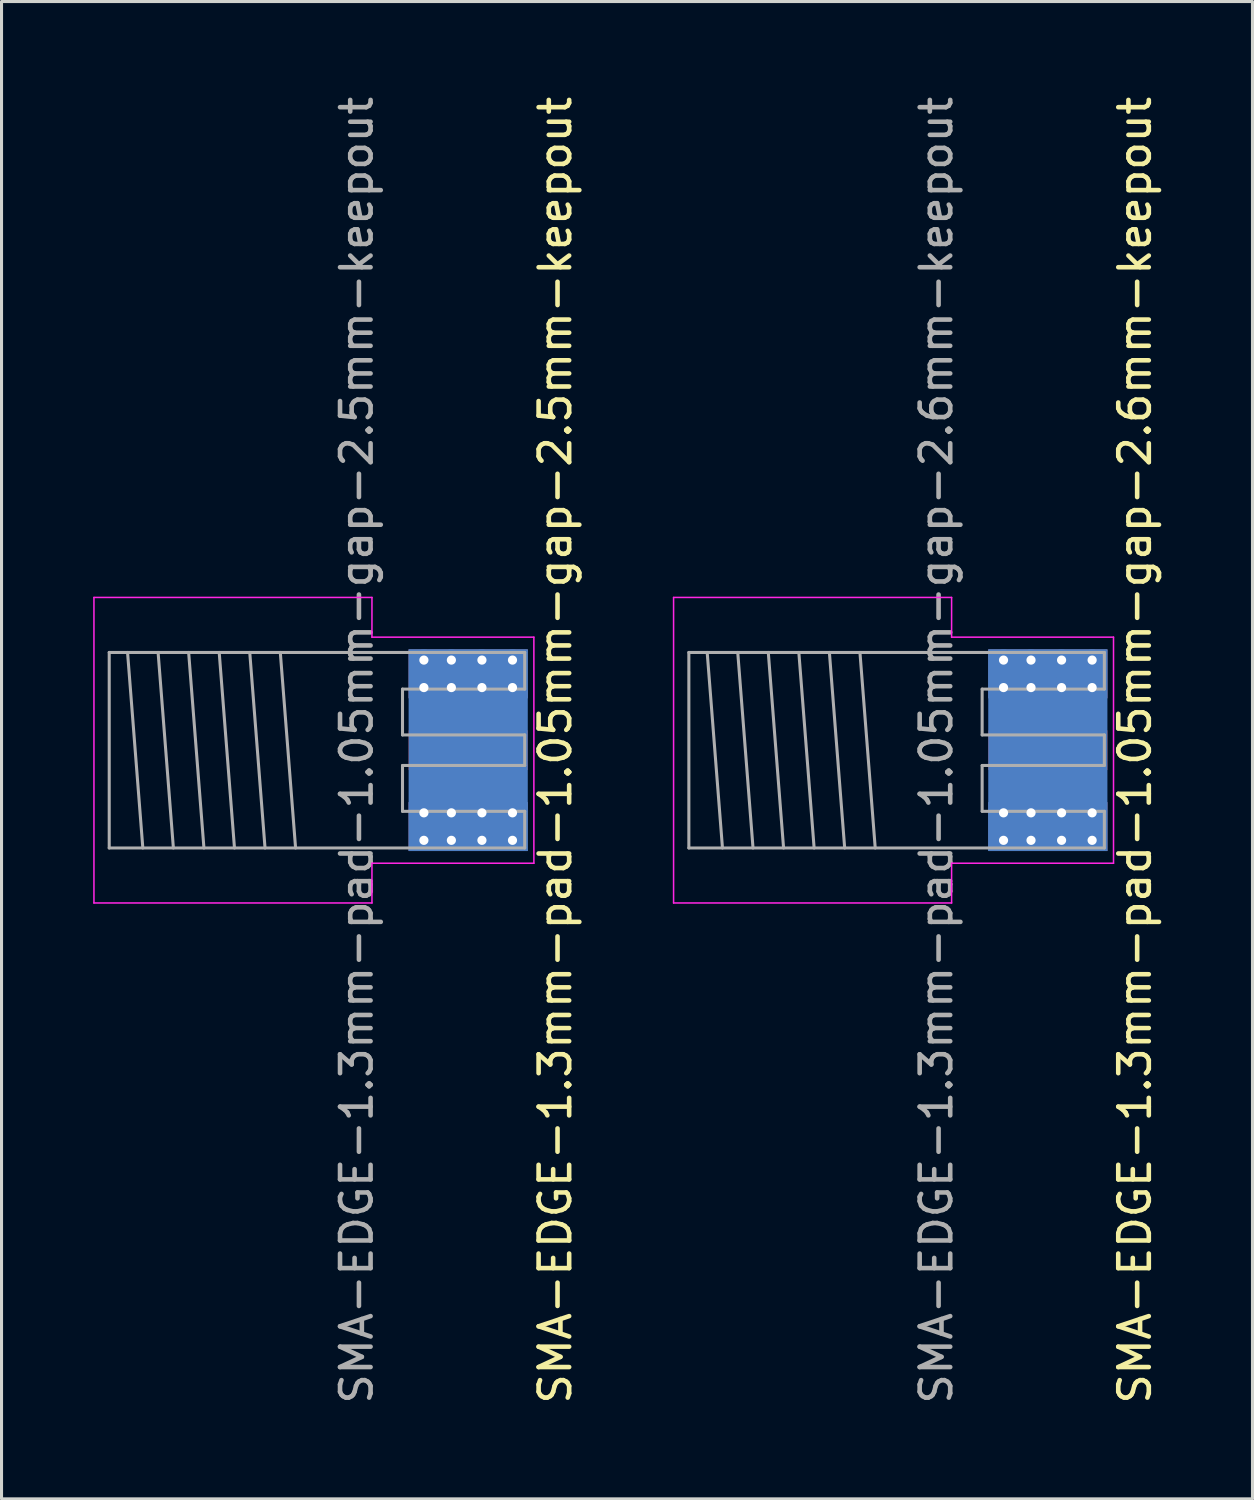
<source format=kicad_pcb>
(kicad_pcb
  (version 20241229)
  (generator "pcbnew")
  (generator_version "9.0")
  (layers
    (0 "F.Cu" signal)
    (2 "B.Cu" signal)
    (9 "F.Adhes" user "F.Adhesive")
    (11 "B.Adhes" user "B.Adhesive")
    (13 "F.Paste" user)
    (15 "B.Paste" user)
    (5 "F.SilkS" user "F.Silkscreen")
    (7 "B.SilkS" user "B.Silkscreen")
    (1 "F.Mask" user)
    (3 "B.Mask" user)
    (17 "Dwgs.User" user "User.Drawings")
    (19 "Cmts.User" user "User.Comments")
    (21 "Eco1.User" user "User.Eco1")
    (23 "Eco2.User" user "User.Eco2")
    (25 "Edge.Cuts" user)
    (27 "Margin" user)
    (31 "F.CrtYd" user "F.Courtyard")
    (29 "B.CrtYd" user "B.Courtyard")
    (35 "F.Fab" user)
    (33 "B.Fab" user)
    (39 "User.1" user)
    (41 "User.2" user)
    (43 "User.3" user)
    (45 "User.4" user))
  (footprint "SMA-EDGE-1.3mm-pad-1.05mm-gap-2.6mm-keepout"
    (layer "F.Cu")
    (at 29.098 21.506)
    (property "Reference" "SMA-EDGE-1.3mm-pad-1.05mm-gap-2.6mm-keepout" (at 5 0 90) (layer "F.SilkS") (effects (font (size 1 1) (thickness 0.15))))
    (attr through_hole)
    (fp_line (start -10.1 -5) (end -10.1 5) (stroke (width 0.05) (type solid)) (layer "F.CrtYd"))
    (fp_line (start -10.1 -5) (end -1 -5) (stroke (width 0.05) (type solid)) (layer "F.CrtYd"))
    (fp_line (start -10.1 5) (end -1 5) (stroke (width 0.05) (type solid)) (layer "F.CrtYd"))
    (fp_line (start -1 -5) (end -1 -3.7) (stroke (width 0.05) (type solid)) (layer "F.CrtYd"))
    (fp_line (start -1 3.7) (end 4.3 3.7) (stroke (width 0.05) (type solid)) (layer "F.CrtYd"))
    (fp_line (start -1 5) (end -1 3.7) (stroke (width 0.05) (type solid)) (layer "F.CrtYd"))
    (fp_line (start 4.3 -3.7) (end -1 -3.7) (stroke (width 0.05) (type solid)) (layer "F.CrtYd"))
    (fp_line (start 4.3 3.7) (end 4.3 -3.7) (stroke (width 0.05) (type solid)) (layer "F.CrtYd"))
    (fp_line (start -9.6 -3.2) (end 4 -3.2) (stroke (width 0.1) (type solid)) (layer "F.Fab"))
    (fp_line (start -9.6 3.2) (end -9.6 -3.2) (stroke (width 0.1) (type solid)) (layer "F.Fab"))
    (fp_line (start -9.6 3.2) (end 4 3.2) (stroke (width 0.1) (type solid)) (layer "F.Fab"))
    (fp_line (start -9 -3.2) (end -8.5 3.2) (stroke (width 0.1) (type solid)) (layer "F.Fab"))
    (fp_line (start -8 -3.2) (end -7.5 3.2) (stroke (width 0.1) (type solid)) (layer "F.Fab"))
    (fp_line (start -7 -3.2) (end -6.5 3.2) (stroke (width 0.1) (type solid)) (layer "F.Fab"))
    (fp_line (start -6 -3.2) (end -5.5 3.2) (stroke (width 0.1) (type solid)) (layer "F.Fab"))
    (fp_line (start -5 -3.2) (end -4.5 3.2) (stroke (width 0.1) (type solid)) (layer "F.Fab"))
    (fp_line (start -4 -3.2) (end -3.5 3.2) (stroke (width 0.1) (type solid)) (layer "F.Fab"))
    (fp_line (start 0 -2) (end 4 -2) (stroke (width 0.1) (type solid)) (layer "F.Fab"))
    (fp_line (start 0 -0.5) (end 0 -2) (stroke (width 0.1) (type solid)) (layer "F.Fab"))
    (fp_line (start 0 0.5) (end 4 0.5) (stroke (width 0.1) (type solid)) (layer "F.Fab"))
    (fp_line (start 0 2) (end 0 0.5) (stroke (width 0.1) (type solid)) (layer "F.Fab"))
    (fp_line (start 4 -2) (end 4 -3.2) (stroke (width 0.1) (type solid)) (layer "F.Fab"))
    (fp_line (start 4 -0.5) (end 0 -0.5) (stroke (width 0.1) (type solid)) (layer "F.Fab"))
    (fp_line (start 4 0.5) (end 4 -0.5) (stroke (width 0.1) (type solid)) (layer "F.Fab"))
    (fp_line (start 4 2) (end 0 2) (stroke (width 0.1) (type solid)) (layer "F.Fab"))
    (fp_line (start 4 3.2) (end 4 2) (stroke (width 0.1) (type solid)) (layer "F.Fab"))
    (fp_text user "${REFERENCE}" (at -1.5 0 90) (layer "F.Fab") (effects (font (size 1 1) (thickness 0.15))))
    (pad "1" smd rect (at 2.15 0) (size 3.9 1.3) (layers "F.Cu" "F.Mask"))
    (pad "2" thru_hole circle (at 0.7 -2.95) (size 0.7 0.7) (drill 0.3) (layers "*.Cu" "*.Mask"))
    (pad "2" thru_hole circle (at 0.7 -2.05) (size 0.7 0.7) (drill 0.3) (layers "*.Cu" "*.Mask"))
    (pad "2" thru_hole circle (at 0.7 2.05) (size 0.7 0.7) (drill 0.3) (layers "*.Cu" "*.Mask"))
    (pad "2" thru_hole circle (at 0.7 2.95) (size 0.7 0.7) (drill 0.3) (layers "*.Cu" "*.Mask"))
    (pad "2" thru_hole circle (at 1.6 -2.95) (size 0.7 0.7) (drill 0.3) (layers "*.Cu" "*.Mask"))
    (pad "2" thru_hole circle (at 1.6 -2.05) (size 0.7 0.7) (drill 0.3) (layers "*.Cu" "*.Mask"))
    (pad "2" thru_hole circle (at 1.6 2.05) (size 0.7 0.7) (drill 0.3) (layers "*.Cu" "*.Mask"))
    (pad "2" thru_hole circle (at 1.6 2.95) (size 0.7 0.7) (drill 0.3) (layers "*.Cu" "*.Mask"))
    (pad "2" smd rect (at 2.15 -2.5) (size 3.9 1.6) (layers "F.Cu" "F.Mask"))
    (pad "2" smd rect (at 2.15 -2.5) (size 3.9 1.6) (layers "B.Cu" "B.Mask"))
    (pad "2" smd rect (at 2.15 0) (size 3.9 6.6) (layers "B.Cu"))
    (pad "2" smd rect (at 2.15 2.5) (size 3.9 1.6) (layers "F.Cu" "F.Mask"))
    (pad "2" smd rect (at 2.15 2.5) (size 3.9 1.6) (layers "B.Cu" "B.Mask"))
    (pad "2" thru_hole circle (at 2.6 -2.95) (size 0.7 0.7) (drill 0.3) (layers "*.Cu" "*.Mask"))
    (pad "2" thru_hole circle (at 2.6 -2.05) (size 0.7 0.7) (drill 0.3) (layers "*.Cu" "*.Mask"))
    (pad "2" thru_hole circle (at 2.6 2.05) (size 0.7 0.7) (drill 0.3) (layers "*.Cu" "*.Mask"))
    (pad "2" thru_hole circle (at 2.6 2.95) (size 0.7 0.7) (drill 0.3) (layers "*.Cu" "*.Mask"))
    (pad "2" thru_hole circle (at 3.6 -2.95) (size 0.7 0.7) (drill 0.3) (layers "*.Cu" "*.Mask"))
    (pad "2" thru_hole circle (at 3.6 -2.05) (size 0.7 0.7) (drill 0.3) (layers "*.Cu" "*.Mask"))
    (pad "2" thru_hole circle (at 3.6 2.05) (size 0.7 0.7) (drill 0.3) (layers "*.Cu" "*.Mask"))
    (pad "2" thru_hole circle (at 3.6 2.95) (size 0.7 0.7) (drill 0.3) (layers "*.Cu" "*.Mask"))
    (zone (net_name "") (layer "In1.Cu") (name "SMA keepout") (hatch edge 0.508) (connect_pads) (min_thickness 0.254) (filled_areas_thickness no) (keepout (tracks not_allowed) (vias not_allowed) (pads not_allowed) (copperpour not_allowed) (footprints not_allowed)) (placement (enabled no)) (fill) (polygon (pts (xy 33.198 22.806) (xy 29.098 22.806) (xy 29.098 20.206) (xy 33.198 20.206)))))
  (footprint "SMA-EDGE-1.3mm-pad-1.05mm-gap-2.5mm-keepout"
    (layer "F.Cu")
    (at 10.125 21.506)
    (property "Reference" "SMA-EDGE-1.3mm-pad-1.05mm-gap-2.5mm-keepout" (at 5 0 90) (layer "F.SilkS") (effects (font (size 1 1) (thickness 0.15))))
    (attr through_hole)
    (fp_line (start -10.1 -5) (end -10.1 5) (stroke (width 0.05) (type solid)) (layer "F.CrtYd"))
    (fp_line (start -10.1 -5) (end -1 -5) (stroke (width 0.05) (type solid)) (layer "F.CrtYd"))
    (fp_line (start -10.1 5) (end -1 5) (stroke (width 0.05) (type solid)) (layer "F.CrtYd"))
    (fp_line (start -1 -5) (end -1 -3.7) (stroke (width 0.05) (type solid)) (layer "F.CrtYd"))
    (fp_line (start -1 3.7) (end 4.3 3.7) (stroke (width 0.05) (type solid)) (layer "F.CrtYd"))
    (fp_line (start -1 5) (end -1 3.7) (stroke (width 0.05) (type solid)) (layer "F.CrtYd"))
    (fp_line (start 4.3 -3.7) (end -1 -3.7) (stroke (width 0.05) (type solid)) (layer "F.CrtYd"))
    (fp_line (start 4.3 3.7) (end 4.3 -3.7) (stroke (width 0.05) (type solid)) (layer "F.CrtYd"))
    (fp_line (start -9.6 -3.2) (end 4 -3.2) (stroke (width 0.1) (type solid)) (layer "F.Fab"))
    (fp_line (start -9.6 3.2) (end -9.6 -3.2) (stroke (width 0.1) (type solid)) (layer "F.Fab"))
    (fp_line (start -9.6 3.2) (end 4 3.2) (stroke (width 0.1) (type solid)) (layer "F.Fab"))
    (fp_line (start -9 -3.2) (end -8.5 3.2) (stroke (width 0.1) (type solid)) (layer "F.Fab"))
    (fp_line (start -8 -3.2) (end -7.5 3.2) (stroke (width 0.1) (type solid)) (layer "F.Fab"))
    (fp_line (start -7 -3.2) (end -6.5 3.2) (stroke (width 0.1) (type solid)) (layer "F.Fab"))
    (fp_line (start -6 -3.2) (end -5.5 3.2) (stroke (width 0.1) (type solid)) (layer "F.Fab"))
    (fp_line (start -5 -3.2) (end -4.5 3.2) (stroke (width 0.1) (type solid)) (layer "F.Fab"))
    (fp_line (start -4 -3.2) (end -3.5 3.2) (stroke (width 0.1) (type solid)) (layer "F.Fab"))
    (fp_line (start 0 -2) (end 4 -2) (stroke (width 0.1) (type solid)) (layer "F.Fab"))
    (fp_line (start 0 -0.5) (end 0 -2) (stroke (width 0.1) (type solid)) (layer "F.Fab"))
    (fp_line (start 0 0.5) (end 4 0.5) (stroke (width 0.1) (type solid)) (layer "F.Fab"))
    (fp_line (start 0 2) (end 0 0.5) (stroke (width 0.1) (type solid)) (layer "F.Fab"))
    (fp_line (start 4 -2) (end 4 -3.2) (stroke (width 0.1) (type solid)) (layer "F.Fab"))
    (fp_line (start 4 -0.5) (end 0 -0.5) (stroke (width 0.1) (type solid)) (layer "F.Fab"))
    (fp_line (start 4 0.5) (end 4 -0.5) (stroke (width 0.1) (type solid)) (layer "F.Fab"))
    (fp_line (start 4 2) (end 0 2) (stroke (width 0.1) (type solid)) (layer "F.Fab"))
    (fp_line (start 4 3.2) (end 4 2) (stroke (width 0.1) (type solid)) (layer "F.Fab"))
    (fp_text user "${REFERENCE}" (at -1.5 0 90) (layer "F.Fab") (effects (font (size 1 1) (thickness 0.15))))
    (pad "1" smd rect (at 2.15 0) (size 3.9 1.3) (layers "F.Cu" "F.Mask"))
    (pad "2" thru_hole circle (at 0.7 -2.95) (size 0.7 0.7) (drill 0.3) (layers "*.Cu" "*.Mask"))
    (pad "2" thru_hole circle (at 0.7 -2.05) (size 0.7 0.7) (drill 0.3) (layers "*.Cu" "*.Mask"))
    (pad "2" thru_hole circle (at 0.7 2.05) (size 0.7 0.7) (drill 0.3) (layers "*.Cu" "*.Mask"))
    (pad "2" thru_hole circle (at 0.7 2.95) (size 0.7 0.7) (drill 0.3) (layers "*.Cu" "*.Mask"))
    (pad "2" thru_hole circle (at 1.6 -2.95) (size 0.7 0.7) (drill 0.3) (layers "*.Cu" "*.Mask"))
    (pad "2" thru_hole circle (at 1.6 -2.05) (size 0.7 0.7) (drill 0.3) (layers "*.Cu" "*.Mask"))
    (pad "2" thru_hole circle (at 1.6 2.05) (size 0.7 0.7) (drill 0.3) (layers "*.Cu" "*.Mask"))
    (pad "2" thru_hole circle (at 1.6 2.95) (size 0.7 0.7) (drill 0.3) (layers "*.Cu" "*.Mask"))
    (pad "2" smd rect (at 2.15 -2.5) (size 3.9 1.6) (layers "F.Cu" "F.Mask"))
    (pad "2" smd rect (at 2.15 -2.5) (size 3.9 1.6) (layers "B.Cu" "B.Mask"))
    (pad "2" smd rect (at 2.15 0) (size 3.9 6.6) (layers "B.Cu"))
    (pad "2" smd rect (at 2.15 2.5) (size 3.9 1.6) (layers "F.Cu" "F.Mask"))
    (pad "2" smd rect (at 2.15 2.5) (size 3.9 1.6) (layers "B.Cu" "B.Mask"))
    (pad "2" thru_hole circle (at 2.6 -2.95) (size 0.7 0.7) (drill 0.3) (layers "*.Cu" "*.Mask"))
    (pad "2" thru_hole circle (at 2.6 -2.05) (size 0.7 0.7) (drill 0.3) (layers "*.Cu" "*.Mask"))
    (pad "2" thru_hole circle (at 2.6 2.05) (size 0.7 0.7) (drill 0.3) (layers "*.Cu" "*.Mask"))
    (pad "2" thru_hole circle (at 2.6 2.95) (size 0.7 0.7) (drill 0.3) (layers "*.Cu" "*.Mask"))
    (pad "2" thru_hole circle (at 3.6 -2.95) (size 0.7 0.7) (drill 0.3) (layers "*.Cu" "*.Mask"))
    (pad "2" thru_hole circle (at 3.6 -2.05) (size 0.7 0.7) (drill 0.3) (layers "*.Cu" "*.Mask"))
    (pad "2" thru_hole circle (at 3.6 2.05) (size 0.7 0.7) (drill 0.3) (layers "*.Cu" "*.Mask"))
    (pad "2" thru_hole circle (at 3.6 2.95) (size 0.7 0.7) (drill 0.3) (layers "*.Cu" "*.Mask"))
    (zone (net_name "") (layer "In1.Cu") (name "SMA keepout") (hatch edge 0.508) (connect_pads) (min_thickness 0.254) (filled_areas_thickness no) (keepout (tracks not_allowed) (vias not_allowed) (pads not_allowed) (copperpour not_allowed) (footprints not_allowed)) (placement (enabled no)) (fill) (polygon (pts (xy 14.225 22.756) (xy 10.125 22.756) (xy 10.125 20.256) (xy 14.225 20.256)))))
  (gr_rect
    (start -3 -3)
    (end 37.947 46.012)
    (stroke (width 0.1) (type default))
    (fill no)
    (layer "Edge.Cuts")))
</source>
